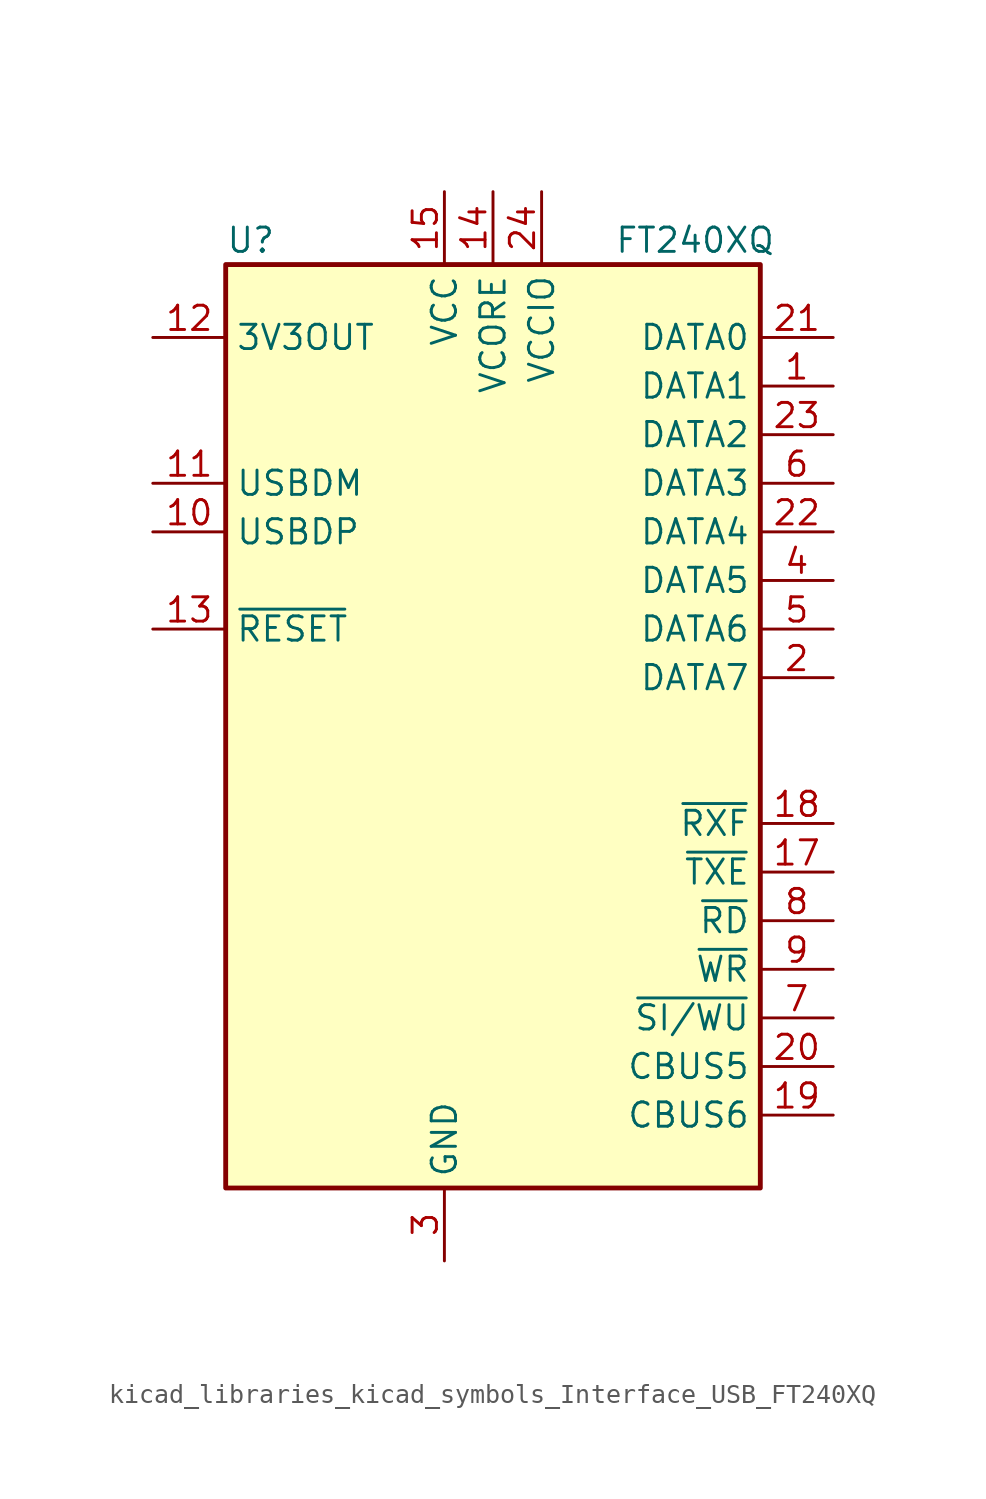
<source format=kicad_sym>
(kicad_symbol_lib
  (version 20220914)
  (generator kicad_symbol_editor)
  (symbol "kicad_libraries_kicad_symbols_Interface_USB_FT240XQ"
    (property "Reference" "U"
      (at -13.97 25.4 0)
      (effects (font (size 1.27 1.27)) (justify left)))
    (property "Value" "FT240XQ"
      (at 6.35 25.4 0)
      (effects (font (size 1.27 1.27)) (justify left)))
    (symbol "kicad_libraries_kicad_symbols_Interface_USB_FT240XQ_0_1"
      (rectangle (start 13.97 -24.13) (end -13.97 24.13) (stroke (width 0.254) (type default)) (fill (type background))))
    (symbol "kicad_libraries_kicad_symbols_Interface_USB_FT240XQ_1_1"
      (pin bidirectional line (at 17.78 17.78 180) (length 3.81) (name "DATA1" (effects (font (size 1.27 1.27)))) (number "1" (effects (font (size 1.27 1.27)))))
      (pin bidirectional line (at -17.78 10.16 0) (length 3.81) (name "USBDP" (effects (font (size 1.27 1.27)))) (number "10" (effects (font (size 1.27 1.27)))))
      (pin bidirectional line (at -17.78 12.7 0) (length 3.81) (name "USBDM" (effects (font (size 1.27 1.27)))) (number "11" (effects (font (size 1.27 1.27)))))
      (pin power_out line (at -17.78 20.32 0) (length 3.81) (name "3V3OUT" (effects (font (size 1.27 1.27)))) (number "12" (effects (font (size 1.27 1.27)))))
      (pin input line (at -17.78 5.08 0) (length 3.81) (name "~{RESET}" (effects (font (size 1.27 1.27)))) (number "13" (effects (font (size 1.27 1.27)))))
      (pin power_out line (at 0 27.94 270) (length 3.81) (name "VCORE" (effects (font (size 1.27 1.27)))) (number "14" (effects (font (size 1.27 1.27)))))
      (pin power_in line (at -2.54 27.94 270) (length 3.81) (name "VCC" (effects (font (size 1.27 1.27)))) (number "15" (effects (font (size 1.27 1.27)))))
      (pin passive line (at -2.54 -27.94 90) (length 3.81) hide (name "GND" (effects (font (size 1.27 1.27)))) (number "16" (effects (font (size 1.27 1.27)))))
      (pin output line (at 17.78 -7.62 180) (length 3.81) (name "~{TXE}" (effects (font (size 1.27 1.27)))) (number "17" (effects (font (size 1.27 1.27)))))
      (pin output line (at 17.78 -5.08 180) (length 3.81) (name "~{RXF}" (effects (font (size 1.27 1.27)))) (number "18" (effects (font (size 1.27 1.27)))))
      (pin bidirectional line (at 17.78 -20.32 180) (length 3.81) (name "CBUS6" (effects (font (size 1.27 1.27)))) (number "19" (effects (font (size 1.27 1.27)))))
      (pin bidirectional line (at 17.78 2.54 180) (length 3.81) (name "DATA7" (effects (font (size 1.27 1.27)))) (number "2" (effects (font (size 1.27 1.27)))))
      (pin bidirectional line (at 17.78 -17.78 180) (length 3.81) (name "CBUS5" (effects (font (size 1.27 1.27)))) (number "20" (effects (font (size 1.27 1.27)))))
      (pin bidirectional line (at 17.78 20.32 180) (length 3.81) (name "DATA0" (effects (font (size 1.27 1.27)))) (number "21" (effects (font (size 1.27 1.27)))))
      (pin bidirectional line (at 17.78 10.16 180) (length 3.81) (name "DATA4" (effects (font (size 1.27 1.27)))) (number "22" (effects (font (size 1.27 1.27)))))
      (pin bidirectional line (at 17.78 15.24 180) (length 3.81) (name "DATA2" (effects (font (size 1.27 1.27)))) (number "23" (effects (font (size 1.27 1.27)))))
      (pin power_in line (at 2.54 27.94 270) (length 3.81) (name "VCCIO" (effects (font (size 1.27 1.27)))) (number "24" (effects (font (size 1.27 1.27)))))
      (pin passive line (at -2.54 -27.94 90) (length 3.81) hide (name "GND" (effects (font (size 1.27 1.27)))) (number "25" (effects (font (size 1.27 1.27)))))
      (pin power_in line (at -2.54 -27.94 90) (length 3.81) (name "GND" (effects (font (size 1.27 1.27)))) (number "3" (effects (font (size 1.27 1.27)))))
      (pin bidirectional line (at 17.78 7.62 180) (length 3.81) (name "DATA5" (effects (font (size 1.27 1.27)))) (number "4" (effects (font (size 1.27 1.27)))))
      (pin bidirectional line (at 17.78 5.08 180) (length 3.81) (name "DATA6" (effects (font (size 1.27 1.27)))) (number "5" (effects (font (size 1.27 1.27)))))
      (pin bidirectional line (at 17.78 12.7 180) (length 3.81) (name "DATA3" (effects (font (size 1.27 1.27)))) (number "6" (effects (font (size 1.27 1.27)))))
      (pin input line (at 17.78 -15.24 180) (length 3.81) (name "~{SI/WU}" (effects (font (size 1.27 1.27)))) (number "7" (effects (font (size 1.27 1.27)))))
      (pin input line (at 17.78 -10.16 180) (length 3.81) (name "~{RD}" (effects (font (size 1.27 1.27)))) (number "8" (effects (font (size 1.27 1.27)))))
      (pin input line (at 17.78 -12.7 180) (length 3.81) (name "~{WR}" (effects (font (size 1.27 1.27)))) (number "9" (effects (font (size 1.27 1.27))))))))
</source>
